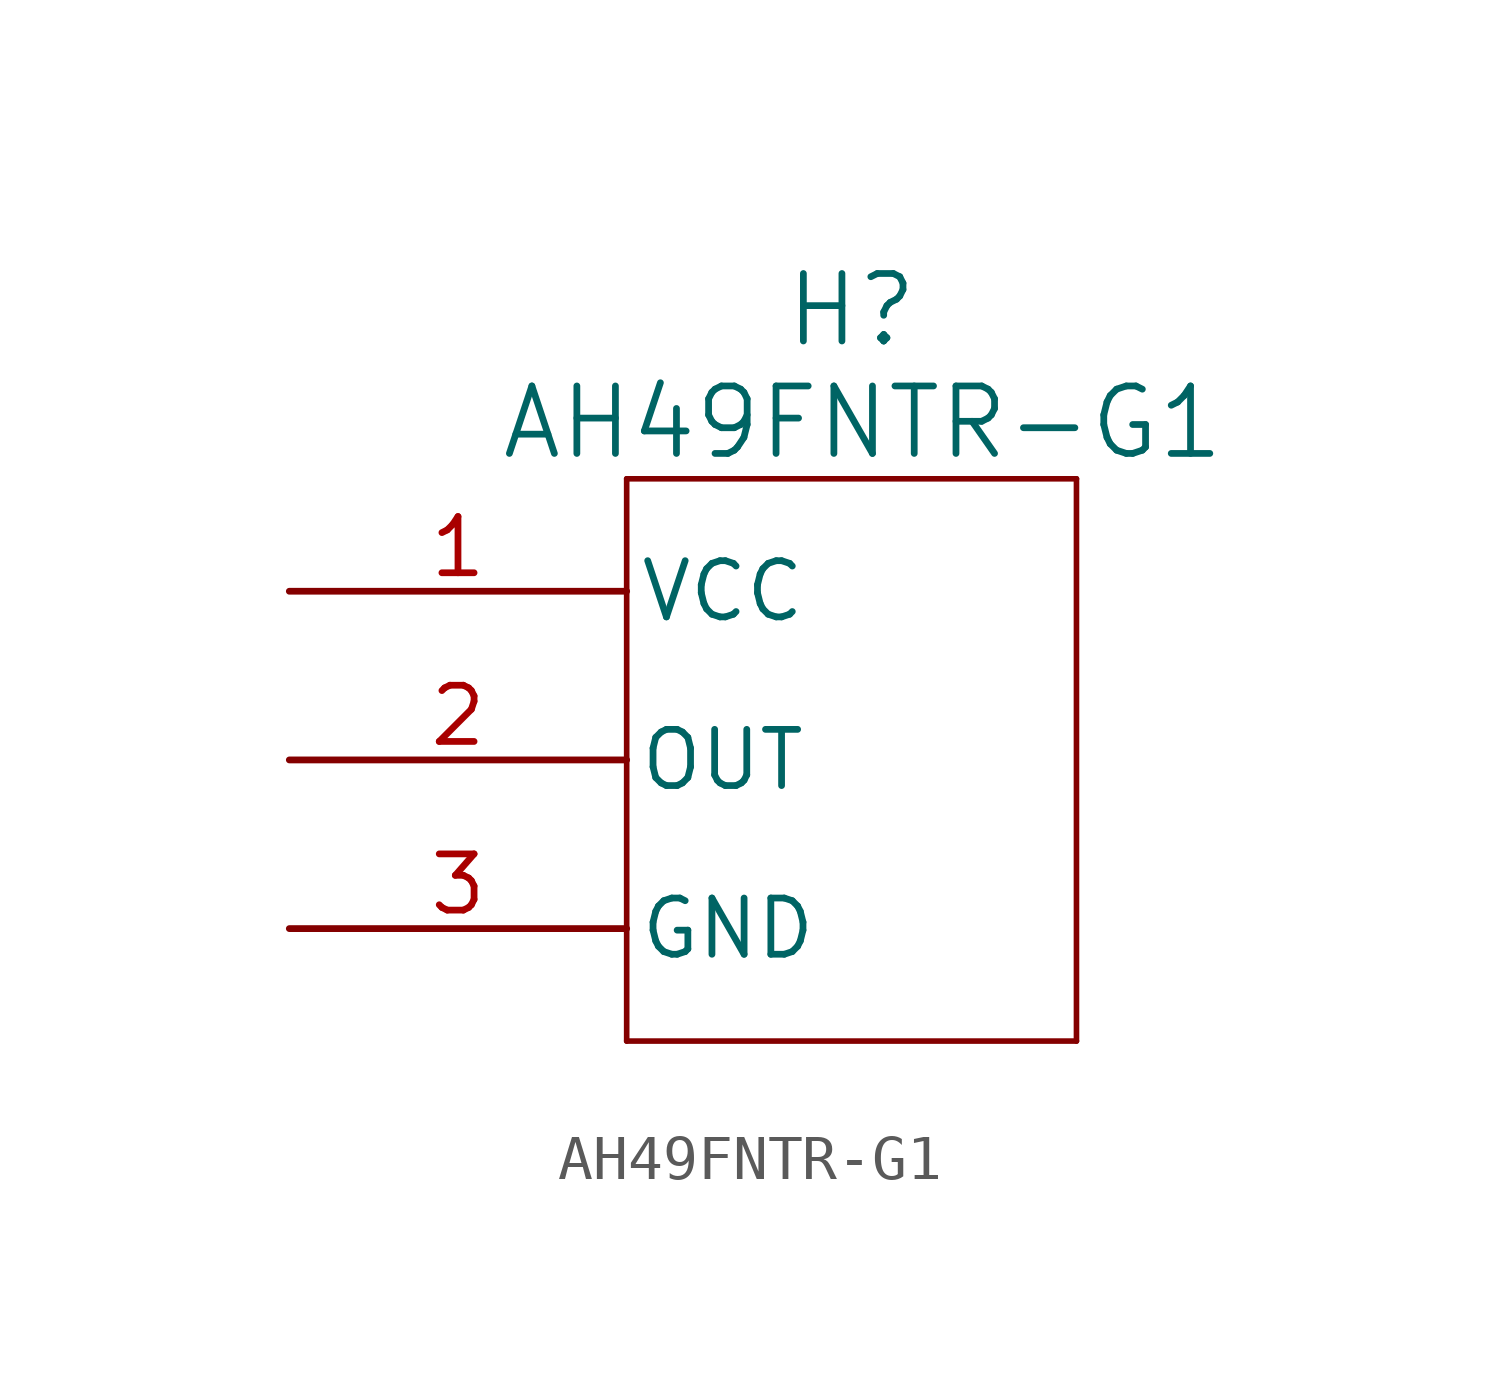
<source format=kicad_sym>
(kicad_symbol_lib
  (version 20241209)
  (generator "kicad_symbol_editor")
  (generator_version "9.0")
  (symbol "AH49FNTR-G1"
    (pin_names
      (offset 0.254))
    (property "Reference" "H"
      (at 12.7 8.89 0)
      (effects (font (size 1.524 1.524))))
    (property "Value" "AH49FNTR-G1"
      (at 12.954 6.35 0)
      (effects (font (size 1.524 1.524))))
    (property "ki_locked" ""
      (at 0 0 0)
      (effects (font (size 1.27 1.27))))
    (symbol "AH49FNTR-G1_0_1"
      (polyline (pts (xy 7.62 5.08) (xy 7.62 -7.62)) (stroke (width 0.127) (type default)) (fill (type none)))
      (polyline (pts (xy 7.62 -7.62) (xy 17.78 -7.62)) (stroke (width 0.127) (type default)) (fill (type none)))
      (polyline (pts (xy 17.78 5.08) (xy 7.62 5.08)) (stroke (width 0.127) (type default)) (fill (type none)))
      (polyline (pts (xy 17.78 -7.62) (xy 17.78 5.08)) (stroke (width 0.127) (type default)) (fill (type none)))
      (pin power_in line (at 0 -5.08 0) (length 7.62) (name "GND" (effects (font (size 1.27 1.27)))) (number "3" (effects (font (size 1.27 1.27))))))
    (symbol "AH49FNTR-G1_1_1"
      (pin input line (at 0 2.54 0) (length 7.62) (name "VCC" (effects (font (size 1.27 1.27)))) (number "1" (effects (font (size 1.27 1.27)))))
      (pin passive line (at 0 -1.27 0) (length 7.62) (name "OUT" (effects (font (size 1.27 1.27)))) (number "2" (effects (font (size 1.27 1.27))))))))
</source>
